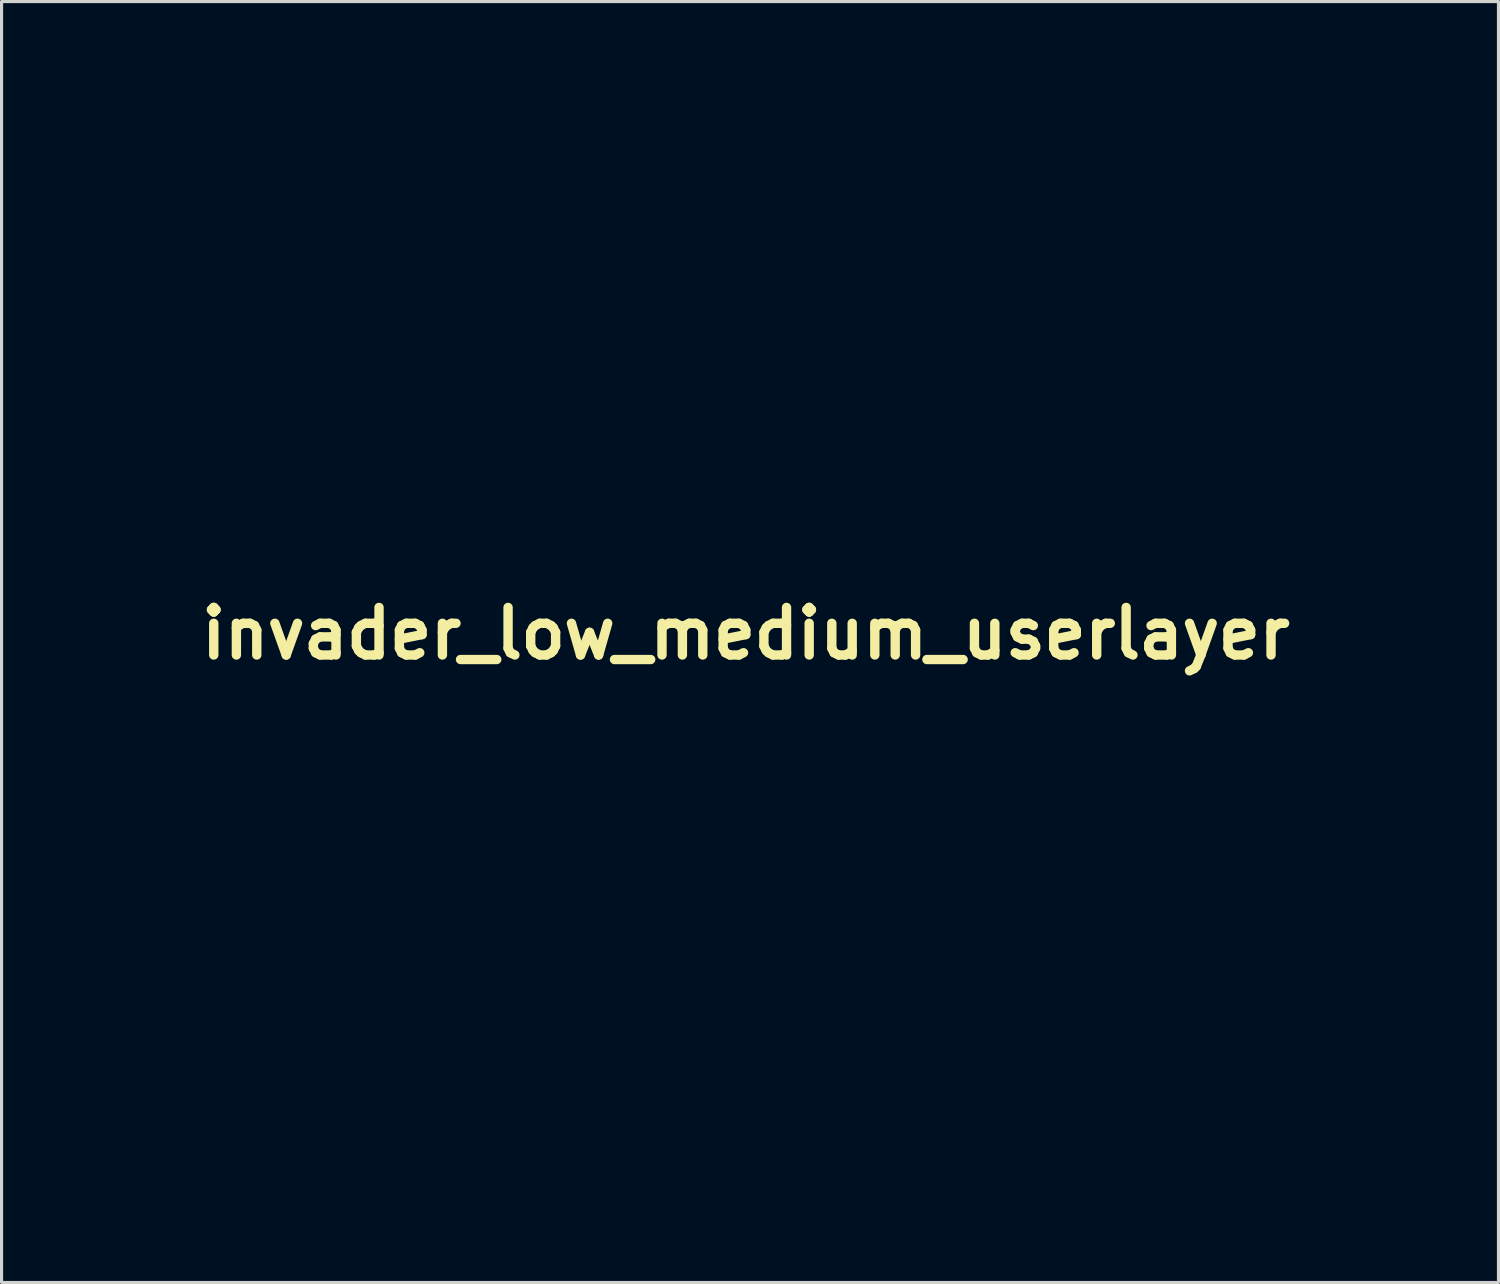
<source format=kicad_pcb>
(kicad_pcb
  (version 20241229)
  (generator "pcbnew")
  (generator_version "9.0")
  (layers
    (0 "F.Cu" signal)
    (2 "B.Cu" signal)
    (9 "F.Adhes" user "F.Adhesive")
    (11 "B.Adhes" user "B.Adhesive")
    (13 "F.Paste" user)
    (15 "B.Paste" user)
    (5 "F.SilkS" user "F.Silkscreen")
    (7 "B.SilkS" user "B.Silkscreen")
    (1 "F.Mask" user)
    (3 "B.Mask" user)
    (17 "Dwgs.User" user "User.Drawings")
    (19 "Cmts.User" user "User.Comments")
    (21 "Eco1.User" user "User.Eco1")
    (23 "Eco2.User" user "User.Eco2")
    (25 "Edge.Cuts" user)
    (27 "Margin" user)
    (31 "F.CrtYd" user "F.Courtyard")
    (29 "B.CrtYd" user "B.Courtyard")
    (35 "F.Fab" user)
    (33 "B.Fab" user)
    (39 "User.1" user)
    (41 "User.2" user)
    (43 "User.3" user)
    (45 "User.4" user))
  (footprint "invader_low_medium_userlayer"
    (layer "F.Cu")
    (at 20.856 17.256)
    (property "Reference" "invader_low_medium_userlayer" (at 0 0 0) (layer "F.SilkS") (effects (font (size 1.524 1.524) (thickness 0.3))))
    (attr board_only exclude_from_pos_files exclude_from_bom)
    (fp_poly (pts (xy -8.04 7.981) (xy -7.852 8.285) (xy -7.836 8.585) (xy -7.917 9.081) (xy -8.271 9.266) (xy -8.666 9.286) (xy -9.241 9.225) (xy -9.425 8.964) (xy -9.409 8.672) (xy -9.149 8.162) (xy -8.579 7.971)) (stroke (width 0.1) (type solid)) (fill no) (layer "Eco1.User"))
    (fp_poly (pts (xy -3.708 8.007) (xy -3.529 8.377) (xy -3.513 8.74) (xy -3.585 9.325) (xy -3.894 9.539) (xy -4.197 9.559) (xy -4.772 9.414) (xy -5.036 9.149) (xy -5.076 8.464) (xy -4.675 8.019) (xy -4.197 7.92)) (stroke (width 0.1) (type solid)) (fill no) (layer "Eco1.User"))
    (fp_poly (pts (xy 0.615 -7.561) (xy 0.794 -7.19) (xy 0.811 -6.828) (xy 0.738 -6.243) (xy 0.429 -6.029) (xy 0.127 -6.009) (xy -0.449 -6.153) (xy -0.713 -6.418) (xy -0.753 -7.104) (xy -0.352 -7.548) (xy 0.127 -7.647)) (stroke (width 0.1) (type solid)) (fill no) (layer "Eco1.User"))
    (fp_poly (pts (xy 0.615 -5.649) (xy 0.794 -5.279) (xy 0.811 -4.916) (xy 0.738 -4.331) (xy 0.429 -4.117) (xy 0.127 -4.097) (xy -0.449 -4.241) (xy -0.713 -4.506) (xy -0.753 -5.192) (xy -0.352 -5.637) (xy 0.127 -5.735)) (stroke (width 0.1) (type solid)) (fill no) (layer "Eco1.User"))
    (fp_poly (pts (xy 0.615 8.007) (xy 0.794 8.377) (xy 0.811 8.74) (xy 0.738 9.325) (xy 0.429 9.539) (xy 0.127 9.559) (xy -0.449 9.414) (xy -0.713 9.149) (xy -0.753 8.464) (xy -0.352 8.019) (xy 0.127 7.92)) (stroke (width 0.1) (type solid)) (fill no) (layer "Eco1.User"))
    (fp_poly (pts (xy 2.942 10.077) (xy 3.176 10.592) (xy 3.193 10.72) (xy 3.192 11.244) (xy 2.918 11.443) (xy 2.441 11.471) (xy 1.765 11.344) (xy 1.449 11.061) (xy 1.393 10.371) (xy 1.771 9.951) (xy 2.363 9.882)) (stroke (width 0.1) (type solid)) (fill no) (layer "Eco1.User"))
    (fp_poly (pts (xy 3.002 -7.581) (xy 3.216 -7.269) (xy 3.243 -6.828) (xy 3.177 -6.25) (xy 2.864 -6.035) (xy 2.423 -6.009) (xy 1.761 -6.137) (xy 1.449 -6.418) (xy 1.4 -7.097) (xy 1.805 -7.529) (xy 2.423 -7.647)) (stroke (width 0.1) (type solid)) (fill no) (layer "Eco1.User"))
    (fp_poly (pts (xy 8.849 7.971) (xy 9.46 8.197) (xy 9.679 8.672) (xy 9.658 9.104) (xy 9.328 9.268) (xy 8.936 9.286) (xy 8.349 9.217) (xy 8.13 8.919) (xy 8.106 8.585) (xy 8.184 8.086) (xy 8.53 7.948)) (stroke (width 0.1) (type solid)) (fill no) (layer "Eco1.User"))
    (fp_poly (pts (xy -10.234 7.988) (xy -10.023 8.307) (xy -9.998 8.74) (xy -10.065 9.32) (xy -10.381 9.534) (xy -10.809 9.559) (xy -11.383 9.491) (xy -11.594 9.172) (xy -11.619 8.74) (xy -11.552 8.159) (xy -11.236 7.946) (xy -10.809 7.92)) (stroke (width 0.1) (type solid)) (fill no) (layer "Eco1.User"))
    (fp_poly (pts (xy -10.229 10.179) (xy -10.017 10.491) (xy -9.998 10.788) (xy -10.085 11.276) (xy -10.456 11.455) (xy -10.809 11.471) (xy -11.388 11.397) (xy -11.6 11.085) (xy -11.619 10.788) (xy -11.532 10.3) (xy -11.161 10.122) (xy -10.809 10.105)) (stroke (width 0.1) (type solid)) (fill no) (layer "Eco1.User"))
    (fp_poly (pts (xy -10.229 12.091) (xy -10.017 12.403) (xy -9.998 12.7) (xy -10.085 13.188) (xy -10.456 13.366) (xy -10.809 13.383) (xy -11.388 13.309) (xy -11.6 12.997) (xy -11.619 12.7) (xy -11.532 12.212) (xy -11.161 12.034) (xy -10.809 12.017)) (stroke (width 0.1) (type solid)) (fill no) (layer "Eco1.User"))
    (fp_poly (pts (xy -10.229 14.003) (xy -10.017 14.315) (xy -9.998 14.612) (xy -10.085 15.1) (xy -10.456 15.278) (xy -10.809 15.295) (xy -11.388 15.221) (xy -11.6 14.909) (xy -11.619 14.612) (xy -11.532 14.124) (xy -11.161 13.945) (xy -10.809 13.929)) (stroke (width 0.1) (type solid)) (fill no) (layer "Eco1.User"))
    (fp_poly (pts (xy -8.073 6.076) (xy -7.861 6.396) (xy -7.836 6.828) (xy -7.903 7.408) (xy -8.219 7.622) (xy -8.647 7.647) (xy -9.221 7.58) (xy -9.433 7.26) (xy -9.457 6.828) (xy -9.39 6.248) (xy -9.075 6.034) (xy -8.647 6.009)) (stroke (width 0.1) (type solid)) (fill no) (layer "Eco1.User"))
    (fp_poly (pts (xy -8.073 9.9) (xy -7.861 10.219) (xy -7.836 10.652) (xy -7.903 11.232) (xy -8.219 11.446) (xy -8.647 11.471) (xy -9.221 11.403) (xy -9.433 11.084) (xy -9.457 10.652) (xy -9.39 10.071) (xy -9.075 9.857) (xy -8.647 9.832)) (stroke (width 0.1) (type solid)) (fill no) (layer "Eco1.User"))
    (fp_poly (pts (xy -8.067 4.17) (xy -7.856 4.483) (xy -7.836 4.78) (xy -7.923 5.268) (xy -8.294 5.446) (xy -8.647 5.462) (xy -9.226 5.389) (xy -9.438 5.076) (xy -9.457 4.78) (xy -9.37 4.292) (xy -8.999 4.113) (xy -8.647 4.097)) (stroke (width 0.1) (type solid)) (fill no) (layer "Eco1.User"))
    (fp_poly (pts (xy -8.067 12.091) (xy -7.856 12.403) (xy -7.836 12.7) (xy -7.923 13.188) (xy -8.294 13.366) (xy -8.647 13.383) (xy -9.226 13.309) (xy -9.438 12.997) (xy -9.457 12.7) (xy -9.37 12.212) (xy -8.999 12.034) (xy -8.647 12.017)) (stroke (width 0.1) (type solid)) (fill no) (layer "Eco1.User"))
    (fp_poly (pts (xy -8.067 14.003) (xy -7.856 14.315) (xy -7.836 14.612) (xy -7.923 15.1) (xy -8.294 15.278) (xy -8.647 15.295) (xy -9.226 15.221) (xy -9.438 14.909) (xy -9.457 14.612) (xy -9.37 14.124) (xy -8.999 13.945) (xy -8.647 13.929)) (stroke (width 0.1) (type solid)) (fill no) (layer "Eco1.User"))
    (fp_poly (pts (xy -8.067 15.914) (xy -7.856 16.227) (xy -7.836 16.524) (xy -7.923 17.012) (xy -8.294 17.19) (xy -8.647 17.206) (xy -9.226 17.133) (xy -9.438 16.821) (xy -9.457 16.524) (xy -9.37 16.036) (xy -8.999 15.857) (xy -8.647 15.841)) (stroke (width 0.1) (type solid)) (fill no) (layer "Eco1.User"))
    (fp_poly (pts (xy -5.906 0.347) (xy -5.694 0.659) (xy -5.674 0.956) (xy -5.762 1.444) (xy -6.133 1.622) (xy -6.485 1.639) (xy -7.064 1.565) (xy -7.276 1.253) (xy -7.296 0.956) (xy -7.208 0.468) (xy -6.838 0.289) (xy -6.485 0.273)) (stroke (width 0.1) (type solid)) (fill no) (layer "Eco1.User"))
    (fp_poly (pts (xy -5.906 2.258) (xy -5.694 2.571) (xy -5.674 2.868) (xy -5.762 3.356) (xy -6.133 3.534) (xy -6.485 3.551) (xy -7.064 3.477) (xy -7.276 3.165) (xy -7.296 2.868) (xy -7.208 2.38) (xy -6.838 2.201) (xy -6.485 2.185)) (stroke (width 0.1) (type solid)) (fill no) (layer "Eco1.User"))
    (fp_poly (pts (xy -5.906 4.17) (xy -5.694 4.483) (xy -5.674 4.78) (xy -5.762 5.268) (xy -6.133 5.446) (xy -6.485 5.462) (xy -7.064 5.389) (xy -7.276 5.076) (xy -7.296 4.78) (xy -7.208 4.292) (xy -6.838 4.113) (xy -6.485 4.097)) (stroke (width 0.1) (type solid)) (fill no) (layer "Eco1.User"))
    (fp_poly (pts (xy -5.897 7.973) (xy -5.701 8.252) (xy -5.674 8.722) (xy -5.737 9.31) (xy -6.04 9.531) (xy -6.503 9.559) (xy -7.077 9.503) (xy -7.265 9.232) (xy -7.246 8.808) (xy -7.053 8.223) (xy -6.541 7.988) (xy -6.418 7.971)) (stroke (width 0.1) (type solid)) (fill no) (layer "Eco1.User"))
    (fp_poly (pts (xy -5.71 15.892) (xy -5.449 16.121) (xy -5.404 16.524) (xy -5.475 16.985) (xy -5.793 17.174) (xy -6.35 17.206) (xy -6.99 17.155) (xy -7.251 16.926) (xy -7.296 16.524) (xy -7.225 16.062) (xy -6.907 15.873) (xy -6.35 15.841)) (stroke (width 0.1) (type solid)) (fill no) (layer "Eco1.User"))
    (fp_poly (pts (xy -3.744 -1.565) (xy -3.532 -1.253) (xy -3.513 -0.956) (xy -3.6 -0.468) (xy -3.971 -0.289) (xy -4.323 -0.273) (xy -4.903 -0.347) (xy -5.115 -0.659) (xy -5.134 -0.956) (xy -5.047 -1.444) (xy -4.676 -1.622) (xy -4.323 -1.639)) (stroke (width 0.1) (type solid)) (fill no) (layer "Eco1.User"))
    (fp_poly (pts (xy -3.744 0.347) (xy -3.532 0.659) (xy -3.513 0.956) (xy -3.6 1.444) (xy -3.971 1.622) (xy -4.323 1.639) (xy -4.903 1.565) (xy -5.115 1.253) (xy -5.134 0.956) (xy -5.047 0.468) (xy -4.676 0.289) (xy -4.323 0.273)) (stroke (width 0.1) (type solid)) (fill no) (layer "Eco1.User"))
    (fp_poly (pts (xy -3.744 2.258) (xy -3.532 2.571) (xy -3.513 2.868) (xy -3.6 3.356) (xy -3.971 3.534) (xy -4.323 3.551) (xy -4.903 3.477) (xy -5.115 3.165) (xy -5.134 2.868) (xy -5.047 2.38) (xy -4.676 2.201) (xy -4.323 2.185)) (stroke (width 0.1) (type solid)) (fill no) (layer "Eco1.User"))
    (fp_poly (pts (xy -1.588 -7.58) (xy -1.376 -7.26) (xy -1.351 -6.828) (xy -1.418 -6.248) (xy -1.734 -6.034) (xy -2.162 -6.009) (xy -2.736 -6.076) (xy -2.948 -6.396) (xy -2.972 -6.828) (xy -2.905 -7.408) (xy -2.59 -7.622) (xy -2.162 -7.647)) (stroke (width 0.1) (type solid)) (fill no) (layer "Eco1.User"))
    (fp_poly (pts (xy -1.582 -5.389) (xy -1.37 -5.076) (xy -1.351 -4.78) (xy -1.438 -4.292) (xy -1.809 -4.113) (xy -2.162 -4.097) (xy -2.741 -4.17) (xy -2.953 -4.483) (xy -2.972 -4.78) (xy -2.885 -5.268) (xy -2.514 -5.446) (xy -2.162 -5.462)) (stroke (width 0.1) (type solid)) (fill no) (layer "Eco1.User"))
    (fp_poly (pts (xy -1.582 -3.477) (xy -1.37 -3.165) (xy -1.351 -2.868) (xy -1.438 -2.38) (xy -1.809 -2.201) (xy -2.162 -2.185) (xy -2.741 -2.258) (xy -2.953 -2.571) (xy -2.972 -2.868) (xy -2.885 -3.356) (xy -2.514 -3.534) (xy -2.162 -3.551)) (stroke (width 0.1) (type solid)) (fill no) (layer "Eco1.User"))
    (fp_poly (pts (xy -1.582 0.347) (xy -1.37 0.659) (xy -1.351 0.956) (xy -1.438 1.444) (xy -1.809 1.622) (xy -2.162 1.639) (xy -2.741 1.565) (xy -2.953 1.253) (xy -2.972 0.956) (xy -2.885 0.468) (xy -2.514 0.289) (xy -2.162 0.273)) (stroke (width 0.1) (type solid)) (fill no) (layer "Eco1.User"))
    (fp_poly (pts (xy -1.582 6.082) (xy -1.37 6.394) (xy -1.351 6.691) (xy -1.438 7.179) (xy -1.809 7.358) (xy -2.162 7.374) (xy -2.741 7.301) (xy -2.953 6.988) (xy -2.972 6.691) (xy -2.885 6.203) (xy -2.514 6.025) (xy -2.162 6.009)) (stroke (width 0.1) (type solid)) (fill no) (layer "Eco1.User"))
    (fp_poly (pts (xy -1.582 7.994) (xy -1.37 8.306) (xy -1.351 8.603) (xy -1.438 9.091) (xy -1.809 9.27) (xy -2.162 9.286) (xy -2.741 9.213) (xy -2.953 8.9) (xy -2.972 8.603) (xy -2.885 8.115) (xy -2.514 7.937) (xy -2.162 7.92)) (stroke (width 0.1) (type solid)) (fill no) (layer "Eco1.User"))
    (fp_poly (pts (xy -1.447 10.042) (xy -1.235 10.355) (xy -1.216 10.652) (xy -1.305 11.135) (xy -1.679 11.357) (xy -2.114 11.421) (xy -2.719 11.441) (xy -2.939 11.251) (xy -2.925 10.739) (xy -2.775 10.186) (xy -2.379 9.986) (xy -2.027 9.969)) (stroke (width 0.1) (type solid)) (fill no) (layer "Eco1.User"))
    (fp_poly (pts (xy -1.387 -1.588) (xy -1.125 -1.358) (xy -1.081 -0.956) (xy -1.152 -0.494) (xy -1.469 -0.305) (xy -2.027 -0.273) (xy -2.666 -0.324) (xy -2.928 -0.554) (xy -2.972 -0.956) (xy -2.902 -1.418) (xy -2.584 -1.607) (xy -2.027 -1.639)) (stroke (width 0.1) (type solid)) (fill no) (layer "Eco1.User"))
    (fp_poly (pts (xy -1.387 2.236) (xy -1.125 2.466) (xy -1.081 2.868) (xy -1.152 3.329) (xy -1.469 3.519) (xy -2.027 3.551) (xy -2.666 3.5) (xy -2.928 3.27) (xy -2.972 2.868) (xy -2.902 2.406) (xy -2.584 2.217) (xy -2.027 2.185)) (stroke (width 0.1) (type solid)) (fill no) (layer "Eco1.User"))
    (fp_poly (pts (xy -1.387 4.148) (xy -1.125 4.377) (xy -1.081 4.78) (xy -1.152 5.241) (xy -1.469 5.43) (xy -2.027 5.462) (xy -2.666 5.411) (xy -2.928 5.182) (xy -2.972 4.78) (xy -2.902 4.318) (xy -2.584 4.129) (xy -2.027 4.097)) (stroke (width 0.1) (type solid)) (fill no) (layer "Eco1.User"))
    (fp_poly (pts (xy 0.579 -3.477) (xy 0.791 -3.165) (xy 0.811 -2.868) (xy 0.723 -2.38) (xy 0.353 -2.201) (xy 0 -2.185) (xy -0.579 -2.258) (xy -0.791 -2.571) (xy -0.811 -2.868) (xy -0.723 -3.356) (xy -0.353 -3.534) (xy 0 -3.551)) (stroke (width 0.1) (type solid)) (fill no) (layer "Eco1.User"))
    (fp_poly (pts (xy 0.579 0.347) (xy 0.791 0.659) (xy 0.811 0.956) (xy 0.723 1.444) (xy 0.353 1.622) (xy 0 1.639) (xy -0.579 1.565) (xy -0.791 1.253) (xy -0.811 0.956) (xy -0.723 0.468) (xy -0.353 0.289) (xy 0 0.273)) (stroke (width 0.1) (type solid)) (fill no) (layer "Eco1.User"))
    (fp_poly (pts (xy 0.649 -1.526) (xy 0.808 -1.082) (xy 0.811 -0.956) (xy 0.699 -0.436) (xy 0.26 -0.276) (xy 0.135 -0.273) (xy -0.379 -0.386) (xy -0.538 -0.83) (xy -0.54 -0.956) (xy -0.429 -1.476) (xy 0.011 -1.636) (xy 0.135 -1.639)) (stroke (width 0.1) (type solid)) (fill no) (layer "Eco1.User"))
    (fp_poly (pts (xy 0.649 2.298) (xy 0.808 2.742) (xy 0.811 2.868) (xy 0.699 3.387) (xy 0.26 3.548) (xy 0.135 3.551) (xy -0.379 3.438) (xy -0.538 2.994) (xy -0.54 2.868) (xy -0.429 2.348) (xy 0.011 2.188) (xy 0.135 2.185)) (stroke (width 0.1) (type solid)) (fill no) (layer "Eco1.User"))
    (fp_poly (pts (xy 0.746 -9.326) (xy 1.003 -8.96) (xy 1.032 -8.808) (xy 1.022 -8.4) (xy 0.741 -8.227) (xy 0.135 -8.194) (xy -0.512 -8.236) (xy -0.762 -8.426) (xy -0.762 -8.808) (xy -0.57 -9.261) (xy -0.067 -9.417) (xy 0.135 -9.423)) (stroke (width 0.1) (type solid)) (fill no) (layer "Eco1.User"))
    (fp_poly (pts (xy 0.775 -17.155) (xy 1.037 -16.926) (xy 1.081 -16.524) (xy 1.01 -16.062) (xy 0.692 -15.873) (xy 0.135 -15.841) (xy -0.504 -15.892) (xy -0.766 -16.121) (xy -0.811 -16.524) (xy -0.74 -16.985) (xy -0.422 -17.174) (xy 0.135 -17.206)) (stroke (width 0.1) (type solid)) (fill no) (layer "Eco1.User"))
    (fp_poly (pts (xy 0.775 -15.244) (xy 1.037 -15.014) (xy 1.081 -14.612) (xy 1.01 -14.15) (xy 0.692 -13.961) (xy 0.135 -13.929) (xy -0.504 -13.98) (xy -0.766 -14.21) (xy -0.811 -14.612) (xy -0.74 -15.074) (xy -0.422 -15.263) (xy 0.135 -15.295)) (stroke (width 0.1) (type solid)) (fill no) (layer "Eco1.User"))
    (fp_poly (pts (xy 0.775 -13.332) (xy 1.037 -13.102) (xy 1.081 -12.7) (xy 1.01 -12.238) (xy 0.692 -12.049) (xy 0.135 -12.017) (xy -0.504 -12.068) (xy -0.766 -12.298) (xy -0.811 -12.7) (xy -0.74 -13.162) (xy -0.422 -13.351) (xy 0.135 -13.383)) (stroke (width 0.1) (type solid)) (fill no) (layer "Eco1.User"))
    (fp_poly (pts (xy 0.775 -11.42) (xy 1.037 -11.19) (xy 1.081 -10.788) (xy 1.01 -10.326) (xy 0.692 -10.137) (xy 0.135 -10.105) (xy -0.504 -10.156) (xy -0.766 -10.386) (xy -0.811 -10.788) (xy -0.74 -11.25) (xy -0.422 -11.439) (xy 0.135 -11.471)) (stroke (width 0.1) (type solid)) (fill no) (layer "Eco1.User"))
    (fp_poly (pts (xy 2.936 -5.411) (xy 3.198 -5.182) (xy 3.243 -4.78) (xy 3.172 -4.318) (xy 2.854 -4.129) (xy 2.297 -4.097) (xy 1.657 -4.148) (xy 1.395 -4.377) (xy 1.351 -4.78) (xy 1.422 -5.241) (xy 1.74 -5.43) (xy 2.297 -5.462)) (stroke (width 0.1) (type solid)) (fill no) (layer "Eco1.User"))
    (fp_poly (pts (xy 2.936 -3.5) (xy 3.198 -3.27) (xy 3.243 -2.868) (xy 3.172 -2.406) (xy 2.854 -2.217) (xy 2.297 -2.185) (xy 1.657 -2.236) (xy 1.395 -2.466) (xy 1.351 -2.868) (xy 1.422 -3.329) (xy 1.74 -3.519) (xy 2.297 -3.551)) (stroke (width 0.1) (type solid)) (fill no) (layer "Eco1.User"))
    (fp_poly (pts (xy 2.936 -1.588) (xy 3.198 -1.358) (xy 3.243 -0.956) (xy 3.172 -0.494) (xy 2.854 -0.305) (xy 2.297 -0.273) (xy 1.657 -0.324) (xy 1.395 -0.554) (xy 1.351 -0.956) (xy 1.422 -1.418) (xy 1.74 -1.607) (xy 2.297 -1.639)) (stroke (width 0.1) (type solid)) (fill no) (layer "Eco1.User"))
    (fp_poly (pts (xy 2.936 0.324) (xy 3.198 0.554) (xy 3.243 0.956) (xy 3.172 1.418) (xy 2.854 1.607) (xy 2.297 1.639) (xy 1.657 1.588) (xy 1.395 1.358) (xy 1.351 0.956) (xy 1.422 0.494) (xy 1.74 0.305) (xy 2.297 0.273)) (stroke (width 0.1) (type solid)) (fill no) (layer "Eco1.User"))
    (fp_poly (pts (xy 2.936 2.236) (xy 3.198 2.466) (xy 3.243 2.868) (xy 3.172 3.329) (xy 2.854 3.519) (xy 2.297 3.551) (xy 1.657 3.5) (xy 1.395 3.27) (xy 1.351 2.868) (xy 1.422 2.406) (xy 1.74 2.217) (xy 2.297 2.185)) (stroke (width 0.1) (type solid)) (fill no) (layer "Eco1.User"))
    (fp_poly (pts (xy 2.936 4.148) (xy 3.198 4.377) (xy 3.243 4.78) (xy 3.172 5.241) (xy 2.854 5.43) (xy 2.297 5.462) (xy 1.657 5.411) (xy 1.395 5.182) (xy 1.351 4.78) (xy 1.422 4.318) (xy 1.74 4.129) (xy 2.297 4.097)) (stroke (width 0.1) (type solid)) (fill no) (layer "Eco1.User"))
    (fp_poly (pts (xy 2.936 6.06) (xy 3.198 6.289) (xy 3.243 6.691) (xy 3.172 7.153) (xy 2.854 7.342) (xy 2.297 7.374) (xy 1.657 7.323) (xy 1.395 7.094) (xy 1.351 6.691) (xy 1.422 6.23) (xy 1.74 6.041) (xy 2.297 6.009)) (stroke (width 0.1) (type solid)) (fill no) (layer "Eco1.User"))
    (fp_poly (pts (xy 3.206 8.178) (xy 3.243 8.586) (xy 3.177 9.055) (xy 2.873 9.25) (xy 2.278 9.286) (xy 1.639 9.242) (xy 1.397 9.044) (xy 1.4 8.672) (xy 1.607 8.208) (xy 2.153 7.998) (xy 2.364 7.971) (xy 2.968 7.963)) (stroke (width 0.1) (type solid)) (fill no) (layer "Eco1.User"))
    (fp_poly (pts (xy 4.526 7.971) (xy 5.083 8.144) (xy 5.264 8.588) (xy 5.269 8.74) (xy 5.15 9.265) (xy 4.691 9.485) (xy 4.526 9.509) (xy 4.009 9.508) (xy 3.811 9.236) (xy 3.783 8.74) (xy 3.836 8.151) (xy 4.093 7.953)) (stroke (width 0.1) (type solid)) (fill no) (layer "Eco1.User"))
    (fp_poly (pts (xy 5.173 -1.565) (xy 5.385 -1.253) (xy 5.404 -0.956) (xy 5.317 -0.468) (xy 4.946 -0.289) (xy 4.594 -0.273) (xy 4.014 -0.347) (xy 3.802 -0.659) (xy 3.783 -0.956) (xy 3.87 -1.444) (xy 4.241 -1.622) (xy 4.594 -1.639)) (stroke (width 0.1) (type solid)) (fill no) (layer "Eco1.User"))
    (fp_poly (pts (xy 5.173 0.347) (xy 5.385 0.659) (xy 5.404 0.956) (xy 5.317 1.444) (xy 4.946 1.622) (xy 4.594 1.639) (xy 4.014 1.565) (xy 3.802 1.253) (xy 3.783 0.956) (xy 3.87 0.468) (xy 4.241 0.289) (xy 4.594 0.273)) (stroke (width 0.1) (type solid)) (fill no) (layer "Eco1.User"))
    (fp_poly (pts (xy 5.173 2.258) (xy 5.385 2.571) (xy 5.404 2.868) (xy 5.317 3.356) (xy 4.946 3.534) (xy 4.594 3.551) (xy 4.014 3.477) (xy 3.802 3.165) (xy 3.783 2.868) (xy 3.87 2.38) (xy 4.241 2.201) (xy 4.594 2.185)) (stroke (width 0.1) (type solid)) (fill no) (layer "Eco1.User"))
    (fp_poly (pts (xy 5.185 6.065) (xy 5.374 6.335) (xy 5.355 6.76) (xy 5.161 7.345) (xy 4.65 7.58) (xy 4.526 7.597) (xy 4.006 7.595) (xy 3.809 7.316) (xy 3.783 6.846) (xy 3.846 6.258) (xy 4.149 6.037) (xy 4.612 6.009)) (stroke (width 0.1) (type solid)) (fill no) (layer "Eco1.User"))
    (fp_poly (pts (xy 6.688 7.971) (xy 7.267 8.166) (xy 7.499 8.683) (xy 7.516 8.808) (xy 7.514 9.334) (xy 7.238 9.533) (xy 6.773 9.559) (xy 6.191 9.496) (xy 5.973 9.189) (xy 5.945 8.722) (xy 6 8.142) (xy 6.268 7.951)) (stroke (width 0.1) (type solid)) (fill no) (layer "Eco1.User"))
    (fp_poly (pts (xy 7.335 0.347) (xy 7.547 0.659) (xy 7.566 0.956) (xy 7.479 1.444) (xy 7.108 1.622) (xy 6.755 1.639) (xy 6.176 1.565) (xy 5.964 1.253) (xy 5.945 0.956) (xy 6.032 0.468) (xy 6.403 0.289) (xy 6.755 0.273)) (stroke (width 0.1) (type solid)) (fill no) (layer "Eco1.User"))
    (fp_poly (pts (xy 7.335 2.258) (xy 7.547 2.571) (xy 7.566 2.868) (xy 7.479 3.356) (xy 7.108 3.534) (xy 6.755 3.551) (xy 6.176 3.477) (xy 5.964 3.165) (xy 5.945 2.868) (xy 6.032 2.38) (xy 6.403 2.201) (xy 6.755 2.185)) (stroke (width 0.1) (type solid)) (fill no) (layer "Eco1.User"))
    (fp_poly (pts (xy 7.335 4.17) (xy 7.547 4.483) (xy 7.566 4.78) (xy 7.479 5.268) (xy 7.108 5.446) (xy 6.755 5.462) (xy 6.176 5.389) (xy 5.964 5.076) (xy 5.945 4.78) (xy 6.032 4.292) (xy 6.403 4.113) (xy 6.755 4.097)) (stroke (width 0.1) (type solid)) (fill no) (layer "Eco1.User"))
    (fp_poly (pts (xy 7.335 15.914) (xy 7.547 16.227) (xy 7.566 16.524) (xy 7.479 17.012) (xy 7.108 17.19) (xy 6.755 17.206) (xy 6.176 17.133) (xy 5.964 16.821) (xy 5.945 16.524) (xy 6.032 16.036) (xy 6.403 15.857) (xy 6.755 15.841)) (stroke (width 0.1) (type solid)) (fill no) (layer "Eco1.User"))
    (fp_poly (pts (xy 7.347 6.065) (xy 7.535 6.335) (xy 7.516 6.76) (xy 7.323 7.345) (xy 6.812 7.58) (xy 6.688 7.597) (xy 6.168 7.595) (xy 5.971 7.316) (xy 5.945 6.846) (xy 6.007 6.258) (xy 6.311 6.037) (xy 6.773 6.009)) (stroke (width 0.1) (type solid)) (fill no) (layer "Eco1.User"))
    (fp_poly (pts (xy 9.491 6.076) (xy 9.703 6.396) (xy 9.728 6.828) (xy 9.661 7.408) (xy 9.345 7.622) (xy 8.917 7.647) (xy 8.343 7.58) (xy 8.131 7.26) (xy 8.106 6.828) (xy 8.173 6.248) (xy 8.489 6.034) (xy 8.917 6.009)) (stroke (width 0.1) (type solid)) (fill no) (layer "Eco1.User"))
    (fp_poly (pts (xy 9.491 9.9) (xy 9.703 10.219) (xy 9.728 10.652) (xy 9.661 11.232) (xy 9.345 11.446) (xy 8.917 11.471) (xy 8.343 11.403) (xy 8.131 11.084) (xy 8.106 10.652) (xy 8.173 10.071) (xy 8.489 9.857) (xy 8.917 9.832)) (stroke (width 0.1) (type solid)) (fill no) (layer "Eco1.User"))
    (fp_poly (pts (xy 9.496 4.17) (xy 9.708 4.483) (xy 9.728 4.78) (xy 9.64 5.268) (xy 9.27 5.446) (xy 8.917 5.462) (xy 8.338 5.389) (xy 8.126 5.076) (xy 8.106 4.78) (xy 8.194 4.292) (xy 8.565 4.113) (xy 8.917 4.097)) (stroke (width 0.1) (type solid)) (fill no) (layer "Eco1.User"))
    (fp_poly (pts (xy 9.496 12.091) (xy 9.708 12.403) (xy 9.728 12.7) (xy 9.64 13.188) (xy 9.27 13.366) (xy 8.917 13.383) (xy 8.338 13.309) (xy 8.126 12.997) (xy 8.106 12.7) (xy 8.194 12.212) (xy 8.565 12.034) (xy 8.917 12.017)) (stroke (width 0.1) (type solid)) (fill no) (layer "Eco1.User"))
    (fp_poly (pts (xy 9.496 14.003) (xy 9.708 14.315) (xy 9.728 14.612) (xy 9.64 15.1) (xy 9.27 15.278) (xy 8.917 15.295) (xy 8.338 15.221) (xy 8.126 14.909) (xy 8.106 14.612) (xy 8.194 14.124) (xy 8.565 13.945) (xy 8.917 13.929)) (stroke (width 0.1) (type solid)) (fill no) (layer "Eco1.User"))
    (fp_poly (pts (xy 9.496 15.914) (xy 9.708 16.227) (xy 9.728 16.524) (xy 9.64 17.012) (xy 9.27 17.19) (xy 8.917 17.206) (xy 8.338 17.133) (xy 8.126 16.821) (xy 8.106 16.524) (xy 8.194 16.036) (xy 8.565 15.857) (xy 8.917 15.841)) (stroke (width 0.1) (type solid)) (fill no) (layer "Eco1.User"))
    (fp_poly (pts (xy 11.653 7.988) (xy 11.865 8.307) (xy 11.889 8.74) (xy 11.822 9.32) (xy 11.507 9.534) (xy 11.079 9.559) (xy 10.505 9.491) (xy 10.293 9.172) (xy 10.268 8.74) (xy 10.335 8.159) (xy 10.651 7.946) (xy 11.079 7.92)) (stroke (width 0.1) (type solid)) (fill no) (layer "Eco1.User"))
    (fp_poly (pts (xy 11.658 10.179) (xy 11.87 10.491) (xy 11.889 10.788) (xy 11.802 11.276) (xy 11.431 11.455) (xy 11.079 11.471) (xy 10.499 11.397) (xy 10.287 11.085) (xy 10.268 10.788) (xy 10.355 10.3) (xy 10.726 10.122) (xy 11.079 10.105)) (stroke (width 0.1) (type solid)) (fill no) (layer "Eco1.User"))
    (fp_poly (pts (xy 11.658 12.091) (xy 11.87 12.403) (xy 11.889 12.7) (xy 11.802 13.188) (xy 11.431 13.366) (xy 11.079 13.383) (xy 10.499 13.309) (xy 10.287 12.997) (xy 10.268 12.7) (xy 10.355 12.212) (xy 10.726 12.034) (xy 11.079 12.017)) (stroke (width 0.1) (type solid)) (fill no) (layer "Eco1.User"))
    (fp_poly (pts (xy 11.658 14.003) (xy 11.87 14.315) (xy 11.889 14.612) (xy 11.802 15.1) (xy 11.431 15.278) (xy 11.079 15.295) (xy 10.499 15.221) (xy 10.287 14.909) (xy 10.268 14.612) (xy 10.355 14.124) (xy 10.726 13.945) (xy 11.079 13.929)) (stroke (width 0.1) (type solid)) (fill no) (layer "Eco1.User"))
    (fp_poly (pts (xy -5.911 6.076) (xy -5.699 6.396) (xy -5.674 6.828) (xy -5.75 7.417) (xy -6.059 7.631) (xy -6.305 7.647) (xy -6.872 7.577) (xy -7.116 7.465) (xy -7.258 7.074) (xy -7.296 6.646) (xy -7.198 6.188) (xy -6.801 6.022) (xy -6.485 6.009)) (stroke (width 0.1) (type solid)) (fill no) (layer "Eco1.User"))
    (fp_poly (pts (xy -3.749 6.076) (xy -3.538 6.396) (xy -3.513 6.828) (xy -3.588 7.417) (xy -3.898 7.631) (xy -4.143 7.647) (xy -4.711 7.577) (xy -4.954 7.465) (xy -5.096 7.074) (xy -5.134 6.646) (xy -5.037 6.188) (xy -4.639 6.022) (xy -4.323 6.009)) (stroke (width 0.1) (type solid)) (fill no) (layer "Eco1.User"))
    (fp_poly (pts (xy 0.574 6.076) (xy 0.786 6.396) (xy 0.811 6.828) (xy 0.735 7.417) (xy 0.426 7.631) (xy 0.18 7.647) (xy -0.387 7.577) (xy -0.63 7.465) (xy -0.773 7.074) (xy -0.811 6.646) (xy -0.713 6.188) (xy -0.316 6.022) (xy 0 6.009)) (stroke (width 0.1) (type solid)) (fill no) (layer "Eco1.User"))
    (fp_poly (pts (xy 0.752 11.541) (xy 1.174 11.806) (xy 1.436 12.349) (xy 1.573 13.251) (xy 1.62 14.595) (xy 1.621 15.002) (xy 1.621 17.753) (xy -1.351 17.753) (xy -1.351 16.524) (xy -0.811 16.524) (xy -0.74 16.985) (xy -0.422 17.174) (xy 0.135 17.206) (xy 0.775 17.155) (xy 1.037 16.926) (xy 1.081 16.524) (xy 1.01 16.062) (xy 0.692 15.873) (xy 0.135 15.841) (xy -0.504 15.892) (xy -0.766 16.121) (xy -0.811 16.524) (xy -1.351 16.524) (xy -1.351 15.002) (xy -1.343 14.612) (xy -0.811 14.612) (xy -0.74 15.074) (xy -0.422 15.263) (xy 0.135 15.295) (xy 0.775 15.244) (xy 1.037 15.014) (xy 1.081 14.612) (xy 1.01 14.15) (xy 0.692 13.961) (xy 0.135 13.929) (xy -0.504 13.98) (xy -0.766 14.21) (xy -0.811 14.612) (xy -1.343 14.612) (xy -1.322 13.537) (xy -1.276 13.129) (xy -0.769 13.129) (xy -0.539 13.338) (xy 0.074 13.383) (xy 0.135 13.383) (xy 0.78 13.345) (xy 1.032 13.151) (xy 1.036 12.679) (xy 1.031 12.632) (xy 0.88 12.091) (xy 0.476 11.897) (xy 0.135 11.881) (xy -0.458 11.964) (xy -0.708 12.318) (xy -0.761 12.632) (xy -0.769 13.129) (xy -1.276 13.129) (xy -1.21 12.534) (xy -0.981 11.911) (xy -0.602 11.585) (xy -0.036 11.475) (xy 0.135 11.471)) (stroke (width 0.1) (type solid)) (fill no) (layer "Eco1.User"))
    (fp_poly (pts (xy 21.077 -13.383) (xy 18.915 -13.383) (xy 18.915 -11.198) (xy 14.591 -11.198) (xy 14.591 -10.242) (xy 14.559 -9.63) (xy 14.357 -9.358) (xy 13.83 -9.288) (xy 13.511 -9.286) (xy 12.819 -9.257) (xy 12.511 -9.078) (xy 12.432 -8.612) (xy 12.43 -8.33) (xy 12.397 -7.718) (xy 12.195 -7.446) (xy 11.668 -7.376) (xy 11.349 -7.374) (xy 10.268 -7.374) (xy 10.268 -3.551) (xy 8.106 -3.551) (xy 8.106 -1.912) (xy 8.065 -1.039) (xy 7.958 -0.447) (xy 7.836 -0.273) (xy 7.633 -0.507) (xy 7.566 -0.956) (xy 7.458 -1.471) (xy 7.029 -1.634) (xy 6.871 -1.639) (xy 6.021 -1.867) (xy 5.494 -2.521) (xy 5.362 -3.022) (xy 5.945 -3.022) (xy 6.007 -2.434) (xy 6.311 -2.214) (xy 6.773 -2.185) (xy 7.347 -2.241) (xy 7.535 -2.512) (xy 7.516 -2.936) (xy 7.323 -3.521) (xy 6.812 -3.756) (xy 6.688 -3.774) (xy 6.168 -3.771) (xy 5.971 -3.492) (xy 5.945 -3.022) (xy 5.362 -3.022) (xy 5.361 -3.027) (xy 5.102 -3.577) (xy 4.459 -3.858) (xy 3.648 -4.032) (xy 4.544 -4.064) (xy 5.151 -4.135) (xy 5.367 -4.383) (xy 5.36 -4.654) (xy 5.722 -4.654) (xy 6.121 -4.219) (xy 6.765 -4.097) (xy 7.343 -4.152) (xy 7.535 -4.417) (xy 7.516 -4.848) (xy 7.494 -4.916) (xy 8.106 -4.916) (xy 8.173 -4.336) (xy 8.489 -4.122) (xy 8.917 -4.097) (xy 9.491 -4.164) (xy 9.703 -4.484) (xy 9.728 -4.916) (xy 9.661 -5.496) (xy 9.345 -5.71) (xy 8.917 -5.735) (xy 8.343 -5.668) (xy 8.131 -5.349) (xy 8.106 -4.916) (xy 7.494 -4.916) (xy 7.323 -5.432) (xy 6.813 -5.668) (xy 6.686 -5.685) (xy 6.016 -5.608) (xy 5.779 -5.344) (xy 5.722 -4.654) (xy 5.36 -4.654) (xy 5.355 -4.847) (xy 5.158 -5.431) (xy 4.636 -5.717) (xy 4.459 -5.758) (xy 3.648 -5.919) (xy 4.459 -6.032) (xy 5.101 -6.255) (xy 5.353 -6.745) (xy 5.356 -6.761) (xy 5.359 -6.99) (xy 5.698 -6.99) (xy 5.779 -6.4) (xy 6.173 -6.078) (xy 6.686 -6.059) (xy 7.266 -6.254) (xy 7.499 -6.768) (xy 7.507 -6.828) (xy 8.106 -6.828) (xy 8.173 -6.248) (xy 8.489 -6.034) (xy 8.917 -6.009) (xy 9.491 -6.076) (xy 9.703 -6.396) (xy 9.728 -6.828) (xy 9.661 -7.408) (xy 9.345 -7.622) (xy 8.917 -7.647) (xy 8.343 -7.58) (xy 8.131 -7.26) (xy 8.106 -6.828) (xy 7.507 -6.828) (xy 7.516 -6.896) (xy 7.515 -7.42) (xy 7.242 -7.62) (xy 6.765 -7.647) (xy 6.024 -7.472) (xy 5.698 -6.99) (xy 5.359 -6.99) (xy 5.362 -7.162) (xy 5.159 -7.417) (xy 4.629 -7.614) (xy 3.986 -7.766) (xy 3.442 -7.995) (xy 3.253 -8.473) (xy 3.243 -8.745) (xy 3.228 -8.876) (xy 3.783 -8.876) (xy 3.87 -8.388) (xy 4.241 -8.21) (xy 4.594 -8.194) (xy 5.173 -8.267) (xy 5.385 -8.579) (xy 5.4 -8.808) (xy 5.723 -8.808) (xy 5.735 -8.397) (xy 6.021 -8.225) (xy 6.601 -8.194) (xy 7.248 -8.241) (xy 7.517 -8.462) (xy 7.564 -8.876) (xy 8.106 -8.876) (xy 8.194 -8.388) (xy 8.565 -8.21) (xy 8.917 -8.194) (xy 9.496 -8.267) (xy 9.708 -8.579) (xy 9.719 -8.74) (xy 10.268 -8.74) (xy 10.335 -8.159) (xy 10.651 -7.946) (xy 11.079 -7.92) (xy 11.653 -7.988) (xy 11.865 -8.307) (xy 11.889 -8.74) (xy 11.822 -9.32) (xy 11.507 -9.534) (xy 11.079 -9.559) (xy 10.505 -9.491) (xy 10.293 -9.172) (xy 10.268 -8.74) (xy 9.719 -8.74) (xy 9.728 -8.876) (xy 9.64 -9.364) (xy 9.27 -9.543) (xy 8.917 -9.559) (xy 8.338 -9.486) (xy 8.126 -9.173) (xy 8.106 -8.876) (xy 7.564 -8.876) (xy 7.566 -8.894) (xy 7.503 -9.369) (xy 7.204 -9.529) (xy 6.688 -9.508) (xy 6.031 -9.345) (xy 5.752 -8.957) (xy 5.723 -8.808) (xy 5.4 -8.808) (xy 5.404 -8.876) (xy 5.317 -9.364) (xy 4.946 -9.543) (xy 4.594 -9.559) (xy 4.014 -9.486) (xy 3.802 -9.173) (xy 3.783 -8.876) (xy 3.228 -8.876) (xy 3.179 -9.31) (xy 2.878 -9.54) (xy 2.364 -9.591) (xy 1.486 -9.624) (xy 2.297 -9.798) (xy 2.917 -10.054) (xy 3.171 -10.57) (xy 3.193 -10.721) (xy 3.193 -10.788) (xy 3.783 -10.788) (xy 3.87 -10.3) (xy 4.241 -10.122) (xy 4.594 -10.105) (xy 5.173 -10.179) (xy 5.385 -10.491) (xy 5.4 -10.72) (xy 5.723 -10.72) (xy 5.735 -10.309) (xy 6.021 -10.137) (xy 6.601 -10.105) (xy 7.248 -10.153) (xy 7.517 -10.374) (xy 7.548 -10.652) (xy 8.106 -10.652) (xy 8.173 -10.071) (xy 8.489 -9.857) (xy 8.917 -9.832) (xy 9.491 -9.9) (xy 9.703 -10.219) (xy 9.728 -10.652) (xy 9.712 -10.788) (xy 10.268 -10.788) (xy 10.355 -10.3) (xy 10.726 -10.122) (xy 11.079 -10.105) (xy 11.658 -10.179) (xy 11.87 -10.491) (xy 11.88 -10.652) (xy 12.43 -10.652) (xy 12.497 -10.071) (xy 12.813 -9.857) (xy 13.24 -9.832) (xy 13.815 -9.9) (xy 14.026 -10.219) (xy 14.051 -10.652) (xy 13.984 -11.232) (xy 13.668 -11.446) (xy 13.24 -11.471) (xy 12.666 -11.403) (xy 12.455 -11.084) (xy 12.43 -10.652) (xy 11.88 -10.652) (xy 11.889 -10.788) (xy 11.802 -11.276) (xy 11.431 -11.455) (xy 11.079 -11.471) (xy 10.499 -11.397) (xy 10.287 -11.085) (xy 10.268 -10.788) (xy 9.712 -10.788) (xy 9.661 -11.232) (xy 9.345 -11.446) (xy 8.917 -11.471) (xy 8.343 -11.403) (xy 8.131 -11.084) (xy 8.106 -10.652) (xy 7.548 -10.652) (xy 7.566 -10.805) (xy 7.503 -11.281) (xy 7.204 -11.441) (xy 6.688 -11.42) (xy 6.031 -11.257) (xy 5.752 -10.868) (xy 5.723 -10.72) (xy 5.4 -10.72) (xy 5.404 -10.788) (xy 5.317 -11.276) (xy 4.946 -11.455) (xy 4.594 -11.471) (xy 4.014 -11.397) (xy 3.802 -11.085) (xy 3.783 -10.788) (xy 3.193 -10.788) (xy 3.191 -11.246) (xy 2.914 -11.444) (xy 2.45 -11.471) (xy 1.873 -11.548) (xy 1.622 -11.736) (xy 1.621 -11.744) (xy 1.869 -11.887) (xy 2.527 -11.985) (xy 3.378 -12.017) (xy 5.134 -12.017) (xy 5.134 -12.7) (xy 5.674 -12.7) (xy 5.745 -12.238) (xy 6.063 -12.049) (xy 6.62 -12.017) (xy 7.26 -12.068) (xy 7.522 -12.298) (xy 7.566 -12.7) (xy 8.106 -12.7) (xy 8.194 -12.212) (xy 8.565 -12.034) (xy 8.917 -12.017) (xy 9.496 -12.091) (xy 9.708 -12.403) (xy 9.728 -12.7) (xy 10.268 -12.7) (xy 10.355 -12.212) (xy 10.726 -12.034) (xy 11.079 -12.017) (xy 11.658 -12.091) (xy 11.87 -12.403) (xy 11.889 -12.7) (xy 12.43 -12.7) (xy 12.517 -12.212) (xy 12.888 -12.034) (xy 13.24 -12.017) (xy 13.82 -12.091) (xy 14.032 -12.403) (xy 14.051 -12.7) (xy 14.591 -12.7) (xy 14.679 -12.212) (xy 15.05 -12.034) (xy 15.402 -12.017) (xy 15.981 -12.091) (xy 16.193 -12.403) (xy 16.213 -12.7) (xy 16.753 -12.7) (xy 16.84 -12.212) (xy 17.211 -12.034) (xy 17.564 -12.017) (xy 18.143 -12.091) (xy 18.355 -12.403) (xy 18.374 -12.7) (xy 18.287 -13.188) (xy 17.916 -13.366) (xy 17.564 -13.383) (xy 16.984 -13.309) (xy 16.773 -12.997) (xy 16.753 -12.7) (xy 16.213 -12.7) (xy 16.126 -13.188) (xy 15.755 -13.366) (xy 15.402 -13.383) (xy 14.823 -13.309) (xy 14.611 -12.997) (xy 14.591 -12.7) (xy 14.051 -12.7) (xy 13.964 -13.188) (xy 13.593 -13.366) (xy 13.24 -13.383) (xy 12.661 -13.309) (xy 12.449 -12.997) (xy 12.43 -12.7) (xy 11.889 -12.7) (xy 11.802 -13.188) (xy 11.431 -13.366) (xy 11.079 -13.383) (xy 10.499 -13.309) (xy 10.287 -12.997) (xy 10.268 -12.7) (xy 9.728 -12.7) (xy 9.64 -13.188) (xy 9.27 -13.366) (xy 8.917 -13.383) (xy 8.338 -13.309) (xy 8.126 -12.997) (xy 8.106 -12.7) (xy 7.566 -12.7) (xy 7.495 -13.162) (xy 7.177 -13.351) (xy 6.62 -13.383) (xy 5.981 -13.332) (xy 5.719 -13.102) (xy 5.674 -12.7) (xy 5.134 -12.7) (xy 5.134 -13.929) (xy 11.889 -13.929) (xy 11.889 -14.612) (xy 12.43 -14.612) (xy 12.517 -14.124) (xy 12.888 -13.945) (xy 13.24 -13.929) (xy 13.82 -14.003) (xy 14.032 -14.315) (xy 14.051 -14.612) (xy 14.591 -14.612) (xy 14.679 -14.124) (xy 15.05 -13.945) (xy 15.402 -13.929) (xy 15.981 -14.003) (xy 16.193 -14.315) (xy 16.213 -14.612) (xy 16.753 -14.612) (xy 16.84 -14.124) (xy 17.211 -13.945) (xy 17.564 -13.929) (xy 18.143 -14.003) (xy 18.355 -14.315) (xy 18.374 -14.612) (xy 18.915 -14.612) (xy 19.002 -14.124) (xy 19.373 -13.945) (xy 19.726 -13.929) (xy 20.305 -14.003) (xy 20.517 -14.315) (xy 20.536 -14.612) (xy 20.449 -15.1) (xy 20.078 -15.278) (xy 19.726 -15.295) (xy 19.146 -15.221) (xy 18.934 -14.909) (xy 18.915 -14.612) (xy 18.374 -14.612) (xy 18.287 -15.1) (xy 17.916 -15.278) (xy 17.564 -15.295) (xy 16.984 -15.221) (xy 16.773 -14.909) (xy 16.753 -14.612) (xy 16.213 -14.612) (xy 16.126 -15.1) (xy 15.755 -15.278) (xy 15.402 -15.295) (xy 14.823 -15.221) (xy 14.611 -14.909) (xy 14.591 -14.612) (xy 14.051 -14.612) (xy 13.964 -15.1) (xy 13.593 -15.278) (xy 13.24 -15.295) (xy 12.661 -15.221) (xy 12.449 -14.909) (xy 12.43 -14.612) (xy 11.889 -14.612) (xy 11.889 -15.841) (xy 21.077 -15.841)) (stroke (width 0.1) (type solid)) (fill no) (layer "Eco1.User"))
    (fp_poly (pts (xy -11.619 -13.929) (xy -4.864 -13.929) (xy -4.864 -12.017) (xy -3.107 -12.017) (xy -2.19 -11.979) (xy -1.561 -11.876) (xy -1.351 -11.744) (xy -1.586 -11.554) (xy -2.155 -11.471) (xy -2.18 -11.471) (xy -2.753 -11.415) (xy -2.942 -11.144) (xy -2.923 -10.721) (xy -2.722 -10.132) (xy -2.189 -9.837) (xy -2.027 -9.798) (xy -1.216 -9.624) (xy -2.094 -9.591) (xy -2.701 -9.511) (xy -2.937 -9.222) (xy -2.972 -8.745) (xy -3.071 -8.127) (xy -3.469 -7.832) (xy -3.715 -7.766) (xy -4.552 -7.558) (xy -4.976 -7.353) (xy -5.106 -7.065) (xy -5.085 -6.761) (xy -4.827 -6.251) (xy -4.256 -6.059) (xy -3.655 -5.891) (xy -3.553 -5.663) (xy -3.936 -5.491) (xy -4.323 -5.462) (xy -4.903 -5.389) (xy -5.115 -5.076) (xy -5.134 -4.78) (xy -5.051 -4.301) (xy -4.694 -4.103) (xy -4.256 -4.064) (xy -3.378 -4.032) (xy -4.188 -3.858) (xy -4.839 -3.57) (xy -5.091 -3.027) (xy -5.428 -2.164) (xy -6.113 -1.704) (xy -6.601 -1.639) (xy -7.125 -1.533) (xy -7.291 -1.112) (xy -7.296 -0.956) (xy -7.388 -0.443) (xy -7.566 -0.273) (xy -7.71 -0.522) (xy -7.807 -1.172) (xy -7.836 -1.912) (xy -7.836 -2.936) (xy -7.246 -2.936) (xy -7.244 -2.41) (xy -6.968 -2.212) (xy -6.503 -2.185) (xy -5.921 -2.248) (xy -5.703 -2.555) (xy -5.674 -3.022) (xy -5.73 -3.602) (xy -5.998 -3.793) (xy -6.418 -3.774) (xy -6.996 -3.578) (xy -7.229 -3.061) (xy -7.246 -2.936) (xy -7.836 -2.936) (xy -7.836 -3.551) (xy -9.998 -3.551) (xy -9.998 -4.916) (xy -9.457 -4.916) (xy -9.39 -4.336) (xy -9.075 -4.122) (xy -8.647 -4.097) (xy -8.073 -4.164) (xy -7.975 -4.311) (xy -7.261 -4.311) (xy -7.035 -4.126) (xy -6.437 -4.146) (xy -5.813 -4.275) (xy -5.569 -4.583) (xy -5.539 -4.916) (xy -5.627 -5.404) (xy -5.997 -5.583) (xy -6.35 -5.599) (xy -6.941 -5.517) (xy -7.192 -5.162) (xy -7.248 -4.829) (xy -7.261 -4.311) (xy -7.975 -4.311) (xy -7.861 -4.484) (xy -7.836 -4.916) (xy -7.903 -5.496) (xy -8.219 -5.71) (xy -8.647 -5.735) (xy -9.221 -5.668) (xy -9.433 -5.349) (xy -9.457 -4.916) (xy -9.998 -4.916) (xy -9.998 -6.828) (xy -9.457 -6.828) (xy -9.39 -6.248) (xy -9.075 -6.034) (xy -8.647 -6.009) (xy -8.073 -6.076) (xy -7.861 -6.396) (xy -7.836 -6.828) (xy -7.859 -7.027) (xy -7.296 -7.027) (xy -7.185 -6.335) (xy -6.779 -6.059) (xy -6.225 -6.064) (xy -5.696 -6.258) (xy -5.54 -6.768) (xy -5.539 -6.828) (xy -5.632 -7.316) (xy -6.014 -7.537) (xy -6.418 -7.596) (xy -7.023 -7.603) (xy -7.261 -7.39) (xy -7.296 -7.027) (xy -7.859 -7.027) (xy -7.903 -7.408) (xy -8.219 -7.622) (xy -8.647 -7.647) (xy -9.221 -7.58) (xy -9.433 -7.26) (xy -9.457 -6.828) (xy -9.998 -6.828) (xy -9.998 -7.374) (xy -11.079 -7.374) (xy -11.771 -7.403) (xy -12.078 -7.582) (xy -12.157 -8.048) (xy -12.16 -8.33) (xy -12.181 -8.74) (xy -11.619 -8.74) (xy -11.552 -8.159) (xy -11.236 -7.946) (xy -10.809 -7.92) (xy -10.234 -7.988) (xy -10.023 -8.307) (xy -9.998 -8.74) (xy -10.014 -8.876) (xy -9.457 -8.876) (xy -9.37 -8.388) (xy -8.999 -8.21) (xy -8.647 -8.194) (xy -8.067 -8.267) (xy -7.856 -8.579) (xy -7.836 -8.876) (xy -7.839 -8.894) (xy -7.296 -8.894) (xy -7.23 -8.424) (xy -6.926 -8.229) (xy -6.331 -8.194) (xy -5.692 -8.238) (xy -5.45 -8.435) (xy -5.453 -8.808) (xy -5.484 -8.876) (xy -5.134 -8.876) (xy -5.047 -8.388) (xy -4.676 -8.21) (xy -4.323 -8.194) (xy -3.744 -8.267) (xy -3.532 -8.579) (xy -3.513 -8.876) (xy -3.6 -9.364) (xy -3.971 -9.543) (xy -4.323 -9.559) (xy -4.903 -9.486) (xy -5.115 -9.173) (xy -5.134 -8.876) (xy -5.484 -8.876) (xy -5.66 -9.271) (xy -6.206 -9.482) (xy -6.418 -9.508) (xy -7.021 -9.517) (xy -7.259 -9.302) (xy -7.296 -8.894) (xy -7.839 -8.894) (xy -7.923 -9.364) (xy -8.294 -9.543) (xy -8.647 -9.559) (xy -9.226 -9.486) (xy -9.438 -9.173) (xy -9.457 -8.876) (xy -10.014 -8.876) (xy -10.065 -9.32) (xy -10.381 -9.534) (xy -10.809 -9.559) (xy -11.383 -9.491) (xy -11.594 -9.172) (xy -11.619 -8.74) (xy -12.181 -8.74) (xy -12.192 -8.942) (xy -12.394 -9.214) (xy -12.921 -9.284) (xy -13.24 -9.286) (xy -13.932 -9.315) (xy -14.24 -9.494) (xy -14.319 -9.96) (xy -14.321 -10.242) (xy -14.321 -10.652) (xy -13.781 -10.652) (xy -13.714 -10.071) (xy -13.398 -9.857) (xy -12.97 -9.832) (xy -12.396 -9.9) (xy -12.184 -10.219) (xy -12.16 -10.652) (xy -12.175 -10.788) (xy -11.619 -10.788) (xy -11.532 -10.3) (xy -11.161 -10.122) (xy -10.809 -10.105) (xy -10.229 -10.179) (xy -10.017 -10.491) (xy -10.007 -10.652) (xy -9.457 -10.652) (xy -9.39 -10.071) (xy -9.075 -9.857) (xy -8.647 -9.832) (xy -8.073 -9.9) (xy -7.861 -10.219) (xy -7.836 -10.652) (xy -7.854 -10.805) (xy -7.296 -10.805) (xy -7.23 -10.336) (xy -6.926 -10.141) (xy -6.331 -10.105) (xy -5.692 -10.149) (xy -5.45 -10.347) (xy -5.453 -10.72) (xy -5.484 -10.788) (xy -5.134 -10.788) (xy -5.047 -10.3) (xy -4.676 -10.122) (xy -4.323 -10.105) (xy -3.744 -10.179) (xy -3.532 -10.491) (xy -3.513 -10.788) (xy -3.6 -11.276) (xy -3.971 -11.455) (xy -4.323 -11.471) (xy -4.903 -11.397) (xy -5.115 -11.085) (xy -5.134 -10.788) (xy -5.484 -10.788) (xy -5.66 -11.183) (xy -6.206 -11.394) (xy -6.418 -11.42) (xy -7.021 -11.428) (xy -7.259 -11.213) (xy -7.296 -10.805) (xy -7.854 -10.805) (xy -7.903 -11.232) (xy -8.219 -11.446) (xy -8.647 -11.471) (xy -9.221 -11.403) (xy -9.433 -11.084) (xy -9.457 -10.652) (xy -10.007 -10.652) (xy -9.998 -10.788) (xy -10.085 -11.276) (xy -10.456 -11.455) (xy -10.809 -11.471) (xy -11.388 -11.397) (xy -11.6 -11.085) (xy -11.619 -10.788) (xy -12.175 -10.788) (xy -12.227 -11.232) (xy -12.542 -11.446) (xy -12.97 -11.471) (xy -13.544 -11.403) (xy -13.756 -11.084) (xy -13.781 -10.652) (xy -14.321 -10.652) (xy -14.321 -11.198) (xy -18.645 -11.198) (xy -18.645 -12.7) (xy -18.104 -12.7) (xy -18.017 -12.212) (xy -17.646 -12.034) (xy -17.294 -12.017) (xy -16.714 -12.091) (xy -16.502 -12.403) (xy -16.483 -12.7) (xy -15.943 -12.7) (xy -15.855 -12.212) (xy -15.484 -12.034) (xy -15.132 -12.017) (xy -14.553 -12.091) (xy -14.341 -12.403) (xy -14.321 -12.7) (xy -13.781 -12.7) (xy -13.694 -12.212) (xy -13.323 -12.034) (xy -12.97 -12.017) (xy -12.391 -12.091) (xy -12.179 -12.403) (xy -12.16 -12.7) (xy -11.619 -12.7) (xy -11.532 -12.212) (xy -11.161 -12.034) (xy -10.809 -12.017) (xy -10.229 -12.091) (xy -10.017 -12.403) (xy -9.998 -12.7) (xy -9.457 -12.7) (xy -9.37 -12.212) (xy -8.999 -12.034) (xy -8.647 -12.017) (xy -8.067 -12.091) (xy -7.856 -12.403) (xy -7.836 -12.7) (xy -7.296 -12.7) (xy -7.225 -12.238) (xy -6.907 -12.049) (xy -6.35 -12.017) (xy -5.71 -12.068) (xy -5.449 -12.298) (xy -5.404 -12.7) (xy -5.475 -13.162) (xy -5.793 -13.351) (xy -6.35 -13.383) (xy -6.99 -13.332) (xy -7.251 -13.102) (xy -7.296 -12.7) (xy -7.836 -12.7) (xy -7.923 -13.188) (xy -8.294 -13.366) (xy -8.647 -13.383) (xy -9.226 -13.309) (xy -9.438 -12.997) (xy -9.457 -12.7) (xy -9.998 -12.7) (xy -10.085 -13.188) (xy -10.456 -13.366) (xy -10.809 -13.383) (xy -11.388 -13.309) (xy -11.6 -12.997) (xy -11.619 -12.7) (xy -12.16 -12.7) (xy -12.247 -13.188) (xy -12.618 -13.366) (xy -12.97 -13.383) (xy -13.55 -13.309) (xy -13.761 -12.997) (xy -13.781 -12.7) (xy -14.321 -12.7) (xy -14.409 -13.188) (xy -14.779 -13.366) (xy -15.132 -13.383) (xy -15.711 -13.309) (xy -15.923 -12.997) (xy -15.943 -12.7) (xy -16.483 -12.7) (xy -16.57 -13.188) (xy -16.941 -13.366) (xy -17.294 -13.383) (xy -17.873 -13.309) (xy -18.085 -12.997) (xy -18.104 -12.7) (xy -18.645 -12.7) (xy -18.645 -13.383) (xy -20.806 -13.383) (xy -20.806 -14.612) (xy -20.266 -14.612) (xy -20.179 -14.124) (xy -19.808 -13.945) (xy -19.455 -13.929) (xy -18.876 -14.003) (xy -18.664 -14.315) (xy -18.645 -14.612) (xy -18.104 -14.612) (xy -18.017 -14.124) (xy -17.646 -13.945) (xy -17.294 -13.929) (xy -16.714 -14.003) (xy -16.502 -14.315) (xy -16.483 -14.612) (xy -15.943 -14.612) (xy -15.855 -14.124) (xy -15.484 -13.945) (xy -15.132 -13.929) (xy -14.553 -14.003) (xy -14.341 -14.315) (xy -14.321 -14.612) (xy -13.781 -14.612) (xy -13.694 -14.124) (xy -13.323 -13.945) (xy -12.97 -13.929) (xy -12.391 -14.003) (xy -12.179 -14.315) (xy -12.16 -14.612) (xy -12.247 -15.1) (xy -12.618 -15.278) (xy -12.97 -15.295) (xy -13.55 -15.221) (xy -13.761 -14.909) (xy -13.781 -14.612) (xy -14.321 -14.612) (xy -14.409 -15.1) (xy -14.779 -15.278) (xy -15.132 -15.295) (xy -15.711 -15.221) (xy -15.923 -14.909) (xy -15.943 -14.612) (xy -16.483 -14.612) (xy -16.57 -15.1) (xy -16.941 -15.278) (xy -17.294 -15.295) (xy -17.873 -15.221) (xy -18.085 -14.909) (xy -18.104 -14.612) (xy -18.645 -14.612) (xy -18.732 -15.1) (xy -19.103 -15.278) (xy -19.455 -15.295) (xy -20.035 -15.221) (xy -20.247 -14.909) (xy -20.266 -14.612) (xy -20.806 -14.612) (xy -20.806 -15.841) (xy -11.619 -15.841)) (stroke (width 0.1) (type solid)) (fill no) (layer "Eco1.User")))
  (gr_rect
    (start -3 -3)
    (end 44.983 38.059)
    (stroke (width 0.1) (type default))
    (fill no)
    (layer "Edge.Cuts")))
</source>
